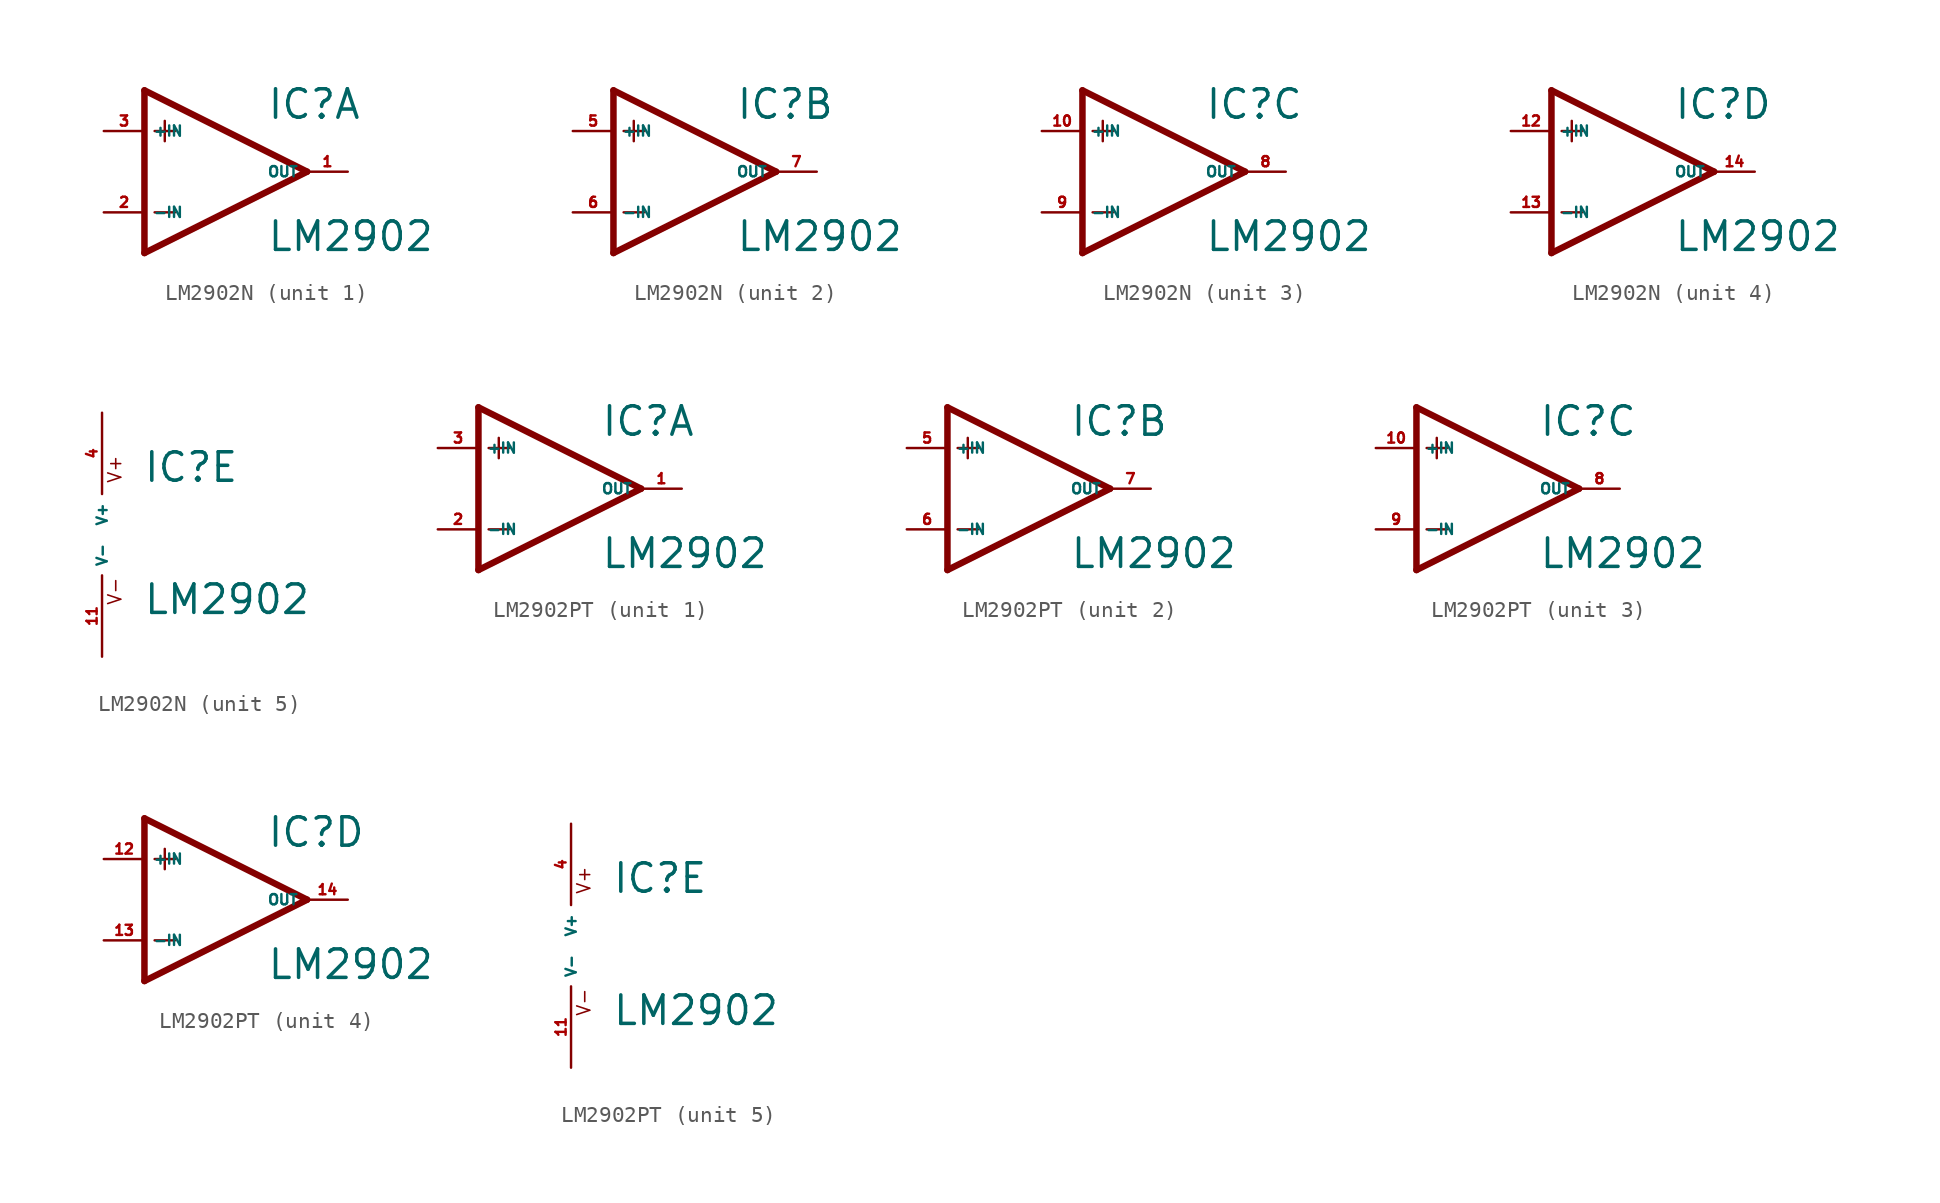
<source format=kicad_sym>
(kicad_symbol_lib
  (version 20220914)
  (generator Eagle2Kicad)
  (symbol "LM2902N"
    (property "Reference" "IC"
      (at 2.54 3.175 0)
      (effects (font (size 1.778 1.778) (thickness 0.22)) (justify left bottom)))
    (property "Value" "LM2902"
      (at 2.54 -5.08 0)
      (effects (font (size 1.778 1.778) (thickness 0.22)) (justify left bottom)))
    (symbol "LM2902N_1_0"
      (polyline (pts (xy -5.08 5.08) (xy -5.08 -5.08)) (stroke (width 0.406) (type default)) (fill (type none)))
      (polyline (pts (xy -5.08 -5.08) (xy 5.08 0)) (stroke (width 0.406) (type default)) (fill (type none)))
      (polyline (pts (xy 5.08 0) (xy -5.08 5.08)) (stroke (width 0.406) (type default)) (fill (type none)))
      (polyline (pts (xy -3.81 3.175) (xy -3.81 1.905)) (stroke (width 0.152) (type default)) (fill (type none)))
      (polyline (pts (xy -4.445 2.54) (xy -3.175 2.54)) (stroke (width 0.152) (type default)) (fill (type none)))
      (polyline (pts (xy -4.445 -2.54) (xy -3.175 -2.54)) (stroke (width 0.152) (type default)) (fill (type none)))
      (pin input line (at -7.62 -2.54 0) (length 2.54) (name "-IN" (effects (font (size 0.635 0.635) (thickness 0.08)) (justify left bottom))) (number "2" (effects (font (size 0.635 0.635) (thickness 0.08)) (justify left bottom))))
      (pin input line (at -7.62 2.54 0) (length 2.54) (name "+IN" (effects (font (size 0.635 0.635) (thickness 0.08)) (justify left bottom))) (number "3" (effects (font (size 0.635 0.635) (thickness 0.08)) (justify left bottom))))
      (pin output line (at 7.62 0 180) (length 2.54) (name "OUT" (effects (font (size 0.635 0.635) (thickness 0.08)) (justify left bottom))) (number "1" (effects (font (size 0.635 0.635) (thickness 0.08)) (justify left bottom)))))
    (symbol "LM2902N_2_0"
      (polyline (pts (xy -5.08 5.08) (xy -5.08 -5.08)) (stroke (width 0.406) (type default)) (fill (type none)))
      (polyline (pts (xy -5.08 -5.08) (xy 5.08 0)) (stroke (width 0.406) (type default)) (fill (type none)))
      (polyline (pts (xy 5.08 0) (xy -5.08 5.08)) (stroke (width 0.406) (type default)) (fill (type none)))
      (polyline (pts (xy -3.81 3.175) (xy -3.81 1.905)) (stroke (width 0.152) (type default)) (fill (type none)))
      (polyline (pts (xy -4.445 2.54) (xy -3.175 2.54)) (stroke (width 0.152) (type default)) (fill (type none)))
      (polyline (pts (xy -4.445 -2.54) (xy -3.175 -2.54)) (stroke (width 0.152) (type default)) (fill (type none)))
      (pin input line (at -7.62 -2.54 0) (length 2.54) (name "-IN" (effects (font (size 0.635 0.635) (thickness 0.08)) (justify left bottom))) (number "6" (effects (font (size 0.635 0.635) (thickness 0.08)) (justify left bottom))))
      (pin input line (at -7.62 2.54 0) (length 2.54) (name "+IN" (effects (font (size 0.635 0.635) (thickness 0.08)) (justify left bottom))) (number "5" (effects (font (size 0.635 0.635) (thickness 0.08)) (justify left bottom))))
      (pin output line (at 7.62 0 180) (length 2.54) (name "OUT" (effects (font (size 0.635 0.635) (thickness 0.08)) (justify left bottom))) (number "7" (effects (font (size 0.635 0.635) (thickness 0.08)) (justify left bottom)))))
    (symbol "LM2902N_3_0"
      (polyline (pts (xy -5.08 5.08) (xy -5.08 -5.08)) (stroke (width 0.406) (type default)) (fill (type none)))
      (polyline (pts (xy -5.08 -5.08) (xy 5.08 0)) (stroke (width 0.406) (type default)) (fill (type none)))
      (polyline (pts (xy 5.08 0) (xy -5.08 5.08)) (stroke (width 0.406) (type default)) (fill (type none)))
      (polyline (pts (xy -3.81 3.175) (xy -3.81 1.905)) (stroke (width 0.152) (type default)) (fill (type none)))
      (polyline (pts (xy -4.445 2.54) (xy -3.175 2.54)) (stroke (width 0.152) (type default)) (fill (type none)))
      (polyline (pts (xy -4.445 -2.54) (xy -3.175 -2.54)) (stroke (width 0.152) (type default)) (fill (type none)))
      (pin input line (at -7.62 -2.54 0) (length 2.54) (name "-IN" (effects (font (size 0.635 0.635) (thickness 0.08)) (justify left bottom))) (number "9" (effects (font (size 0.635 0.635) (thickness 0.08)) (justify left bottom))))
      (pin input line (at -7.62 2.54 0) (length 2.54) (name "+IN" (effects (font (size 0.635 0.635) (thickness 0.08)) (justify left bottom))) (number "10" (effects (font (size 0.635 0.635) (thickness 0.08)) (justify left bottom))))
      (pin output line (at 7.62 0 180) (length 2.54) (name "OUT" (effects (font (size 0.635 0.635) (thickness 0.08)) (justify left bottom))) (number "8" (effects (font (size 0.635 0.635) (thickness 0.08)) (justify left bottom)))))
    (symbol "LM2902N_4_0"
      (polyline (pts (xy -5.08 5.08) (xy -5.08 -5.08)) (stroke (width 0.406) (type default)) (fill (type none)))
      (polyline (pts (xy -5.08 -5.08) (xy 5.08 0)) (stroke (width 0.406) (type default)) (fill (type none)))
      (polyline (pts (xy 5.08 0) (xy -5.08 5.08)) (stroke (width 0.406) (type default)) (fill (type none)))
      (polyline (pts (xy -3.81 3.175) (xy -3.81 1.905)) (stroke (width 0.152) (type default)) (fill (type none)))
      (polyline (pts (xy -4.445 2.54) (xy -3.175 2.54)) (stroke (width 0.152) (type default)) (fill (type none)))
      (polyline (pts (xy -4.445 -2.54) (xy -3.175 -2.54)) (stroke (width 0.152) (type default)) (fill (type none)))
      (pin input line (at -7.62 -2.54 0) (length 2.54) (name "-IN" (effects (font (size 0.635 0.635) (thickness 0.08)) (justify left bottom))) (number "13" (effects (font (size 0.635 0.635) (thickness 0.08)) (justify left bottom))))
      (pin input line (at -7.62 2.54 0) (length 2.54) (name "+IN" (effects (font (size 0.635 0.635) (thickness 0.08)) (justify left bottom))) (number "12" (effects (font (size 0.635 0.635) (thickness 0.08)) (justify left bottom))))
      (pin output line (at 7.62 0 180) (length 2.54) (name "OUT" (effects (font (size 0.635 0.635) (thickness 0.08)) (justify left bottom))) (number "14" (effects (font (size 0.635 0.635) (thickness 0.08)) (justify left bottom)))))
    (symbol "LM2902N_5_0"
      (text "V+" (at 1.27 3.175 900) (effects (font (size 0.813 0.813) (thickness 0.10)) (justify left bottom)))
      (text "V-" (at 1.27 -4.445 900) (effects (font (size 0.813 0.813) (thickness 0.10)) (justify left bottom)))
      (pin unspecified line (at 0 7.62 270) (length 5.08) (name "V+" (effects (font (size 0.635 0.635) (thickness 0.08)) (justify left bottom))) (number "4" (effects (font (size 0.635 0.635) (thickness 0.08)) (justify left bottom))))
      (pin unspecified line (at 0 -7.62 90) (length 5.08) (name "V-" (effects (font (size 0.635 0.635) (thickness 0.08)) (justify left bottom))) (number "11" (effects (font (size 0.635 0.635) (thickness 0.08)) (justify left bottom))))))
  (symbol "LM2902PT"
    (property "Reference" "IC"
      (at 2.54 3.175 0)
      (effects (font (size 1.778 1.778) (thickness 0.22)) (justify left bottom)))
    (property "Value" "LM2902"
      (at 2.54 -5.08 0)
      (effects (font (size 1.778 1.778) (thickness 0.22)) (justify left bottom)))
    (symbol "LM2902PT_1_0"
      (polyline (pts (xy -5.08 5.08) (xy -5.08 -5.08)) (stroke (width 0.406) (type default)) (fill (type none)))
      (polyline (pts (xy -5.08 -5.08) (xy 5.08 0)) (stroke (width 0.406) (type default)) (fill (type none)))
      (polyline (pts (xy 5.08 0) (xy -5.08 5.08)) (stroke (width 0.406) (type default)) (fill (type none)))
      (polyline (pts (xy -3.81 3.175) (xy -3.81 1.905)) (stroke (width 0.152) (type default)) (fill (type none)))
      (polyline (pts (xy -4.445 2.54) (xy -3.175 2.54)) (stroke (width 0.152) (type default)) (fill (type none)))
      (polyline (pts (xy -4.445 -2.54) (xy -3.175 -2.54)) (stroke (width 0.152) (type default)) (fill (type none)))
      (pin input line (at -7.62 -2.54 0) (length 2.54) (name "-IN" (effects (font (size 0.635 0.635) (thickness 0.08)) (justify left bottom))) (number "2" (effects (font (size 0.635 0.635) (thickness 0.08)) (justify left bottom))))
      (pin input line (at -7.62 2.54 0) (length 2.54) (name "+IN" (effects (font (size 0.635 0.635) (thickness 0.08)) (justify left bottom))) (number "3" (effects (font (size 0.635 0.635) (thickness 0.08)) (justify left bottom))))
      (pin output line (at 7.62 0 180) (length 2.54) (name "OUT" (effects (font (size 0.635 0.635) (thickness 0.08)) (justify left bottom))) (number "1" (effects (font (size 0.635 0.635) (thickness 0.08)) (justify left bottom)))))
    (symbol "LM2902PT_2_0"
      (polyline (pts (xy -5.08 5.08) (xy -5.08 -5.08)) (stroke (width 0.406) (type default)) (fill (type none)))
      (polyline (pts (xy -5.08 -5.08) (xy 5.08 0)) (stroke (width 0.406) (type default)) (fill (type none)))
      (polyline (pts (xy 5.08 0) (xy -5.08 5.08)) (stroke (width 0.406) (type default)) (fill (type none)))
      (polyline (pts (xy -3.81 3.175) (xy -3.81 1.905)) (stroke (width 0.152) (type default)) (fill (type none)))
      (polyline (pts (xy -4.445 2.54) (xy -3.175 2.54)) (stroke (width 0.152) (type default)) (fill (type none)))
      (polyline (pts (xy -4.445 -2.54) (xy -3.175 -2.54)) (stroke (width 0.152) (type default)) (fill (type none)))
      (pin input line (at -7.62 -2.54 0) (length 2.54) (name "-IN" (effects (font (size 0.635 0.635) (thickness 0.08)) (justify left bottom))) (number "6" (effects (font (size 0.635 0.635) (thickness 0.08)) (justify left bottom))))
      (pin input line (at -7.62 2.54 0) (length 2.54) (name "+IN" (effects (font (size 0.635 0.635) (thickness 0.08)) (justify left bottom))) (number "5" (effects (font (size 0.635 0.635) (thickness 0.08)) (justify left bottom))))
      (pin output line (at 7.62 0 180) (length 2.54) (name "OUT" (effects (font (size 0.635 0.635) (thickness 0.08)) (justify left bottom))) (number "7" (effects (font (size 0.635 0.635) (thickness 0.08)) (justify left bottom)))))
    (symbol "LM2902PT_3_0"
      (polyline (pts (xy -5.08 5.08) (xy -5.08 -5.08)) (stroke (width 0.406) (type default)) (fill (type none)))
      (polyline (pts (xy -5.08 -5.08) (xy 5.08 0)) (stroke (width 0.406) (type default)) (fill (type none)))
      (polyline (pts (xy 5.08 0) (xy -5.08 5.08)) (stroke (width 0.406) (type default)) (fill (type none)))
      (polyline (pts (xy -3.81 3.175) (xy -3.81 1.905)) (stroke (width 0.152) (type default)) (fill (type none)))
      (polyline (pts (xy -4.445 2.54) (xy -3.175 2.54)) (stroke (width 0.152) (type default)) (fill (type none)))
      (polyline (pts (xy -4.445 -2.54) (xy -3.175 -2.54)) (stroke (width 0.152) (type default)) (fill (type none)))
      (pin input line (at -7.62 -2.54 0) (length 2.54) (name "-IN" (effects (font (size 0.635 0.635) (thickness 0.08)) (justify left bottom))) (number "9" (effects (font (size 0.635 0.635) (thickness 0.08)) (justify left bottom))))
      (pin input line (at -7.62 2.54 0) (length 2.54) (name "+IN" (effects (font (size 0.635 0.635) (thickness 0.08)) (justify left bottom))) (number "10" (effects (font (size 0.635 0.635) (thickness 0.08)) (justify left bottom))))
      (pin output line (at 7.62 0 180) (length 2.54) (name "OUT" (effects (font (size 0.635 0.635) (thickness 0.08)) (justify left bottom))) (number "8" (effects (font (size 0.635 0.635) (thickness 0.08)) (justify left bottom)))))
    (symbol "LM2902PT_4_0"
      (polyline (pts (xy -5.08 5.08) (xy -5.08 -5.08)) (stroke (width 0.406) (type default)) (fill (type none)))
      (polyline (pts (xy -5.08 -5.08) (xy 5.08 0)) (stroke (width 0.406) (type default)) (fill (type none)))
      (polyline (pts (xy 5.08 0) (xy -5.08 5.08)) (stroke (width 0.406) (type default)) (fill (type none)))
      (polyline (pts (xy -3.81 3.175) (xy -3.81 1.905)) (stroke (width 0.152) (type default)) (fill (type none)))
      (polyline (pts (xy -4.445 2.54) (xy -3.175 2.54)) (stroke (width 0.152) (type default)) (fill (type none)))
      (polyline (pts (xy -4.445 -2.54) (xy -3.175 -2.54)) (stroke (width 0.152) (type default)) (fill (type none)))
      (pin input line (at -7.62 -2.54 0) (length 2.54) (name "-IN" (effects (font (size 0.635 0.635) (thickness 0.08)) (justify left bottom))) (number "13" (effects (font (size 0.635 0.635) (thickness 0.08)) (justify left bottom))))
      (pin input line (at -7.62 2.54 0) (length 2.54) (name "+IN" (effects (font (size 0.635 0.635) (thickness 0.08)) (justify left bottom))) (number "12" (effects (font (size 0.635 0.635) (thickness 0.08)) (justify left bottom))))
      (pin output line (at 7.62 0 180) (length 2.54) (name "OUT" (effects (font (size 0.635 0.635) (thickness 0.08)) (justify left bottom))) (number "14" (effects (font (size 0.635 0.635) (thickness 0.08)) (justify left bottom)))))
    (symbol "LM2902PT_5_0"
      (text "V+" (at 1.27 3.175 900) (effects (font (size 0.813 0.813) (thickness 0.10)) (justify left bottom)))
      (text "V-" (at 1.27 -4.445 900) (effects (font (size 0.813 0.813) (thickness 0.10)) (justify left bottom)))
      (pin unspecified line (at 0 7.62 270) (length 5.08) (name "V+" (effects (font (size 0.635 0.635) (thickness 0.08)) (justify left bottom))) (number "4" (effects (font (size 0.635 0.635) (thickness 0.08)) (justify left bottom))))
      (pin unspecified line (at 0 -7.62 90) (length 5.08) (name "V-" (effects (font (size 0.635 0.635) (thickness 0.08)) (justify left bottom))) (number "11" (effects (font (size 0.635 0.635) (thickness 0.08)) (justify left bottom)))))))
</source>
